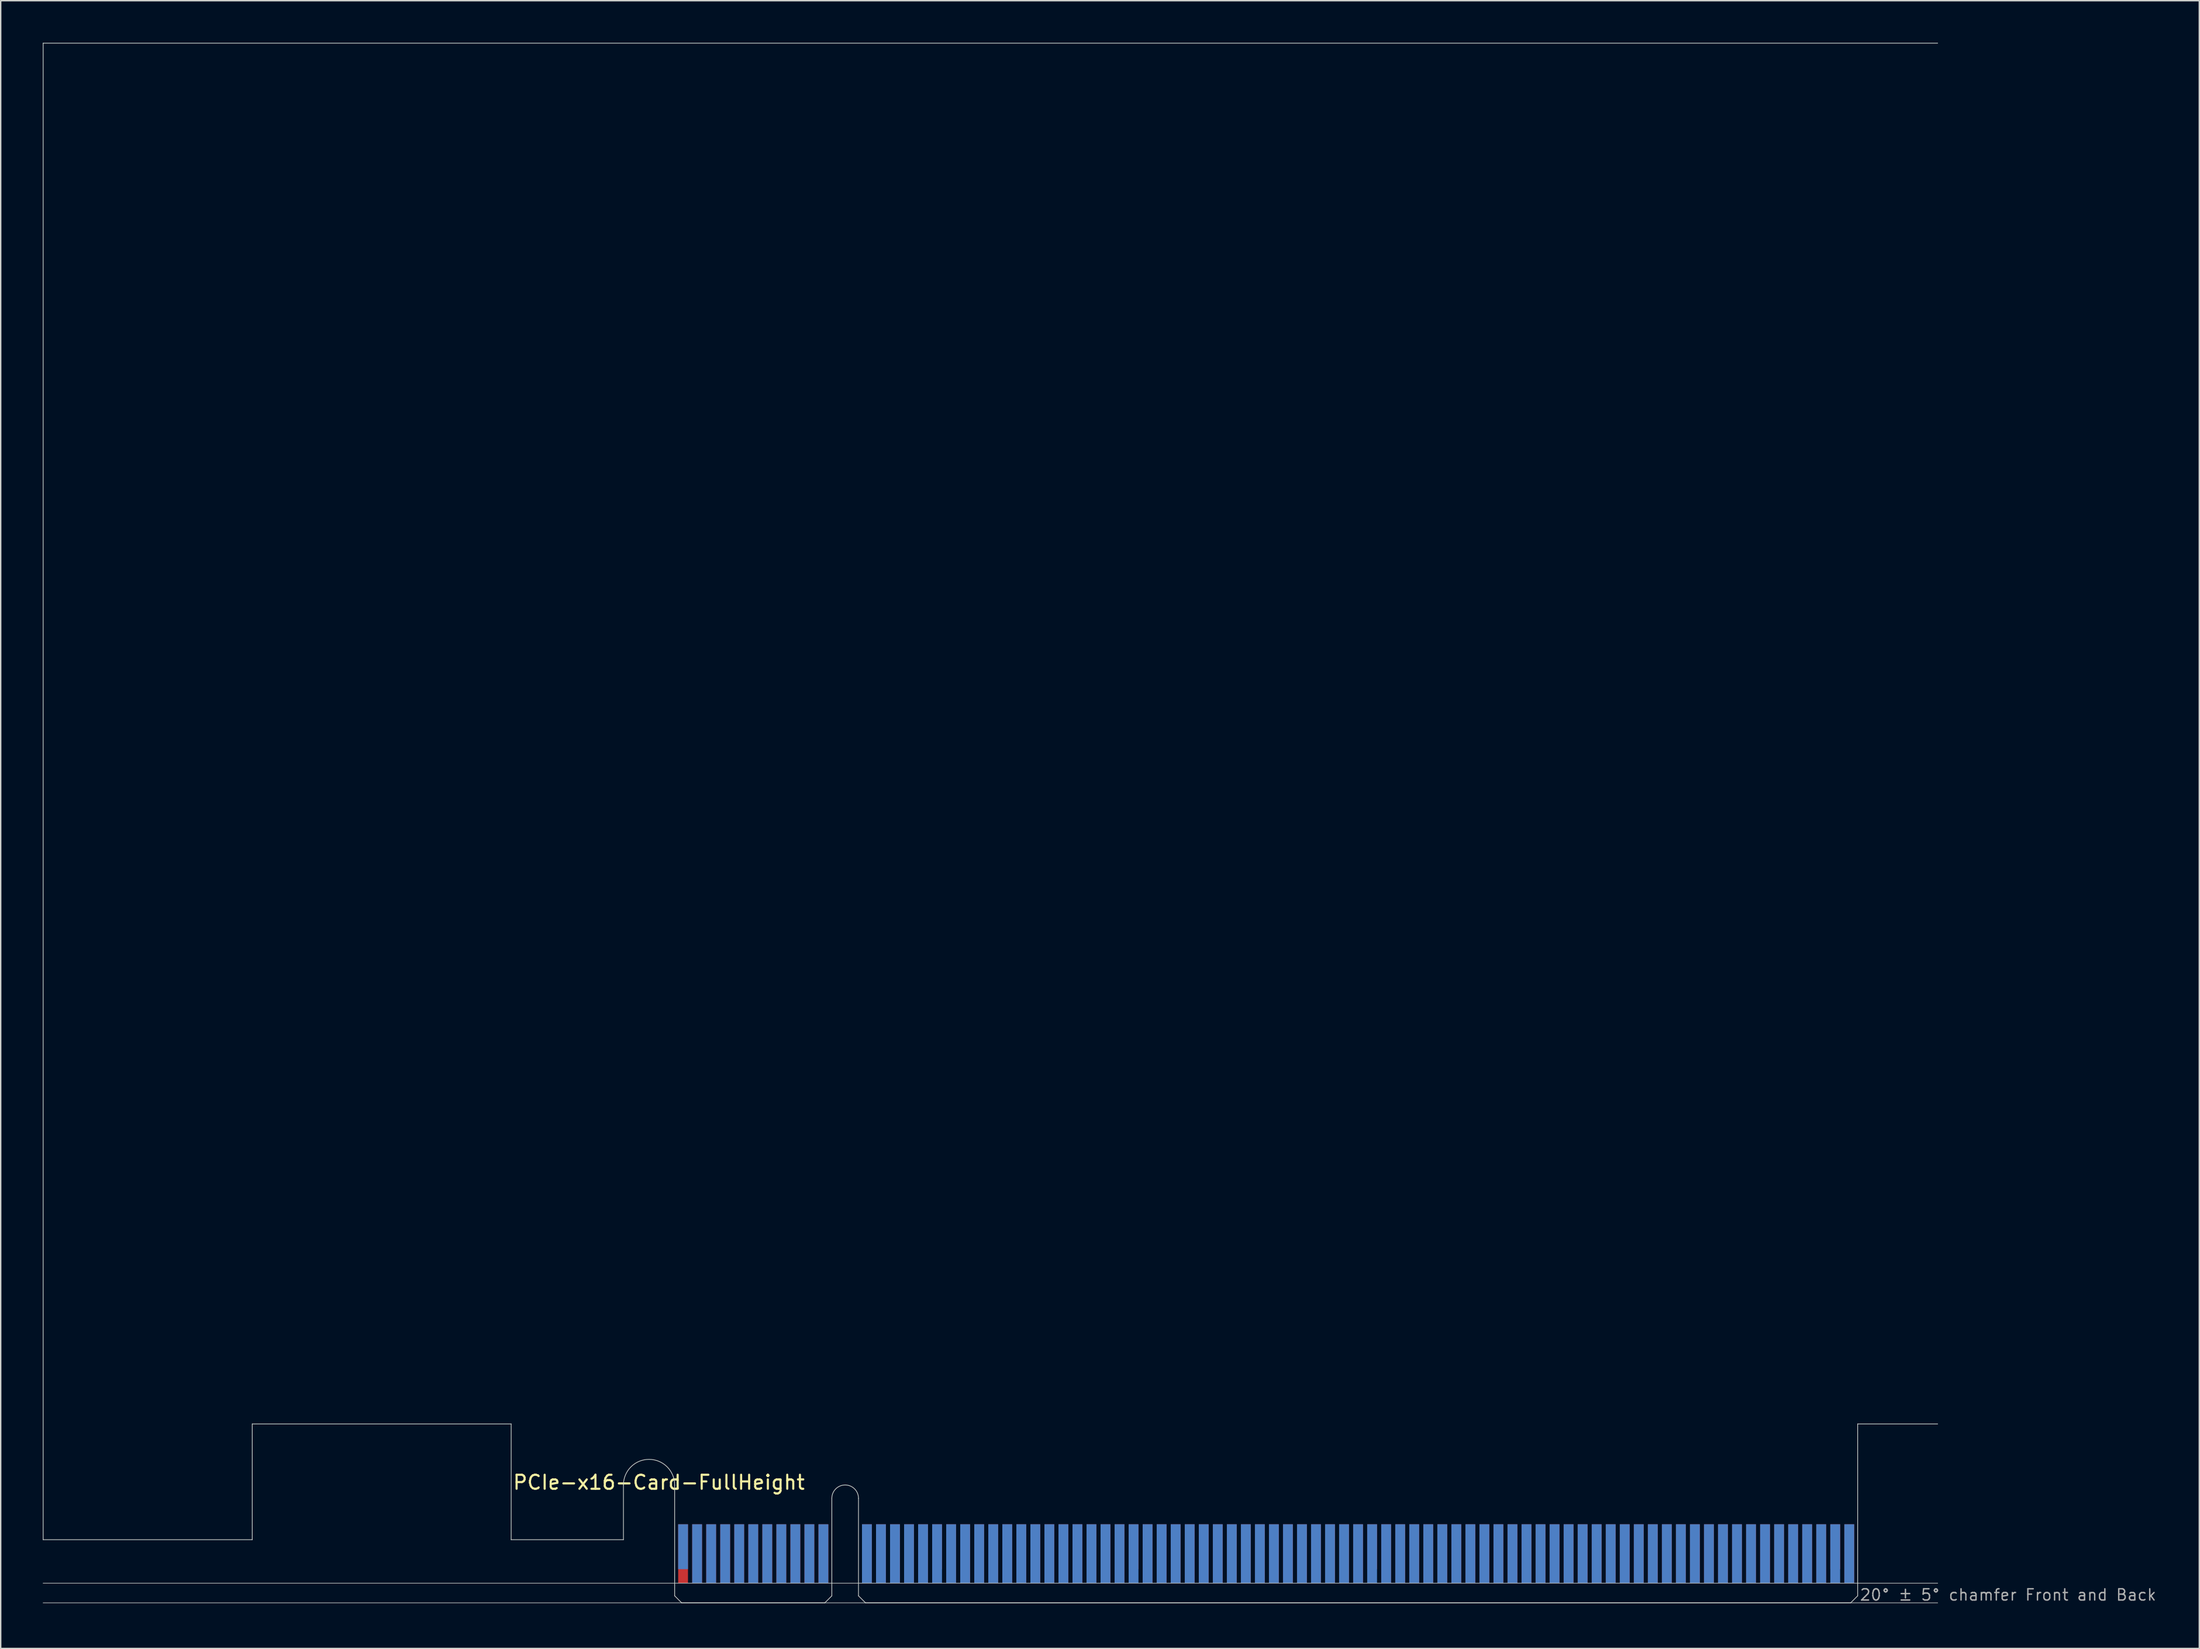
<source format=kicad_pcb>
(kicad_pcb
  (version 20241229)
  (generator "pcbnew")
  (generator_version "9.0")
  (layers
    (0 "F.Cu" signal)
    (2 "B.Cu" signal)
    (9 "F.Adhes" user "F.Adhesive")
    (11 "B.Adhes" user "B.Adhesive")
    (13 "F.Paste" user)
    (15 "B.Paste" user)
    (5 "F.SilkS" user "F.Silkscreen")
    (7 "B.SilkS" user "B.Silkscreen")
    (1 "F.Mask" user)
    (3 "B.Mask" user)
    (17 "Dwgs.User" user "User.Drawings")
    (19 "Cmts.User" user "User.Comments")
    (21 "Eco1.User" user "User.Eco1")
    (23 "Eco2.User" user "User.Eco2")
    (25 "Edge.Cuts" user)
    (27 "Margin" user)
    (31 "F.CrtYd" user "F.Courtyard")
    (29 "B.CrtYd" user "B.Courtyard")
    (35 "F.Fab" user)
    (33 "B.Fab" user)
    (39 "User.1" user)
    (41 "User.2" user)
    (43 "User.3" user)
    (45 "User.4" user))
  (footprint "PCIe-x16-Card-FullHeight"
    (layer "F.Cu")
    (at 45.025 111.175)
    (property "Reference" "PCIe-x16-Card-FullHeight" (at -11.6 -8 0) (layer "F.SilkS") (effects (font (size 1 1) (thickness 0.15)) (justify left bottom)))
    (attr exclude_from_pos_files exclude_from_bom)
    (fp_poly (pts (xy -3.65 -4.5) (xy -11.65 -4.5) (xy -11.65 -7.95) (xy -3.65 -7.95)) (stroke (width 0.1) (type solid)) (fill yes) (layer "F.Mask"))
    (fp_poly (pts (xy 11.2 -5.45) (xy 0 -5.45) (xy 0 0) (xy 11.2 0)) (stroke (width 0.1) (type solid)) (fill yes) (layer "F.Mask"))
    (fp_poly (pts (xy 84.3 -5.45) (xy 13.1 -5.45) (xy 13.1 0) (xy 84.3 0)) (stroke (width 0.1) (type solid)) (fill yes) (layer "F.Mask"))
    (fp_poly (pts (xy -3.65 -7.95) (xy -11.65 -7.95) (xy -11.65 -4.5) (xy -3.65 -4.5)) (stroke (width 0.1) (type solid)) (fill yes) (layer "B.Mask"))
    (fp_poly (pts (xy 11.2 0) (xy 0 0) (xy 0 -5.45) (xy 11.2 -5.45)) (stroke (width 0.1) (type solid)) (fill yes) (layer "B.Mask"))
    (fp_poly (pts (xy 84.3 -5.45) (xy 13.1 -5.45) (xy 13.1 0) (xy 84.3 0)) (stroke (width 0.1) (type solid)) (fill yes) (layer "B.Mask"))
    (fp_line (start -45 -111.15) (end 90 -111.15) (stroke (width 0.05) (type solid)) (layer "Edge.Cuts"))
    (fp_line (start -45 -4.5) (end -45 -111.15) (stroke (width 0.05) (type solid)) (layer "Edge.Cuts"))
    (fp_line (start -30.1 -12.75) (end -30.1 -4.5) (stroke (width 0.05) (type solid)) (layer "Edge.Cuts"))
    (fp_line (start -30.1 -4.5) (end -45 -4.5) (stroke (width 0.05) (type solid)) (layer "Edge.Cuts"))
    (fp_line (start -11.65 -12.75) (end -30.1 -12.75) (stroke (width 0.05) (type solid)) (layer "Edge.Cuts"))
    (fp_line (start -11.65 -4.5) (end -11.65 -12.75) (stroke (width 0.05) (type solid)) (layer "Edge.Cuts"))
    (fp_line (start -3.65 -4.5) (end -11.65 -4.5) (stroke (width 0.05) (type solid)) (layer "Edge.Cuts"))
    (fp_line (start -3.65 -4.5) (end -3.65 -8.4) (stroke (width 0.05) (type solid)) (layer "Edge.Cuts"))
    (fp_line (start 0 -0.5) (end 0 -8.4) (stroke (width 0.05) (type solid)) (layer "Edge.Cuts"))
    (fp_line (start 0.5 0) (end 0 -0.5) (stroke (width 0.05) (type solid)) (layer "Edge.Cuts"))
    (fp_line (start 0.5 0) (end 10.7 0) (stroke (width 0.05) (type solid)) (layer "Edge.Cuts"))
    (fp_line (start 10.7 0) (end 11.2 -0.5) (stroke (width 0.05) (type solid)) (layer "Edge.Cuts"))
    (fp_line (start 11.2 -0.5) (end 11.2 -7.45) (stroke (width 0.05) (type solid)) (layer "Edge.Cuts"))
    (fp_line (start 13.1 -0.5) (end 13.1 -7.45) (stroke (width 0.05) (type solid)) (layer "Edge.Cuts"))
    (fp_line (start 13.6 0) (end 13.1 -0.5) (stroke (width 0.05) (type solid)) (layer "Edge.Cuts"))
    (fp_line (start 83.8 0) (end 13.6 0) (stroke (width 0.05) (type solid)) (layer "Edge.Cuts"))
    (fp_line (start 83.8 0) (end 84.3 -0.5) (stroke (width 0.05) (type solid)) (layer "Edge.Cuts"))
    (fp_line (start 84.3 -12.75) (end 90 -12.75) (stroke (width 0.05) (type solid)) (layer "Edge.Cuts"))
    (fp_line (start 84.3 -0.5) (end 84.3 -12.75) (stroke (width 0.05) (type solid)) (layer "Edge.Cuts"))
    (fp_arc (start -3.65 -8.4) (mid -1.825 -10.225) (end 0 -8.4) (stroke (width 0.05) (type solid)) (layer "Edge.Cuts"))
    (fp_arc (start 11.2 -7.45) (mid 12.15 -8.4) (end 13.1 -7.45) (stroke (width 0.05) (type solid)) (layer "Edge.Cuts"))
    (fp_line (start -45 -1.4) (end 90 -1.4) (stroke (width 0.05) (type solid)) (layer "F.Fab"))
    (fp_line (start -45 0) (end 90 0) (stroke (width 0.05) (type solid)) (layer "F.Fab"))
    (fp_text user "20° ± 5° chamfer Front and Back" (at 84.4 -0.1 0) (layer "F.Fab") (effects (font (size 0.8 0.8) (thickness 0.1)) (justify left bottom)))
    (pad "A1" smd rect (at 0.6 -4) (size 0.7 3.2) (layers "B.Cu"))
    (pad "A2" smd rect (at 1.6 -3.5) (size 0.7 4.2) (layers "B.Cu"))
    (pad "A3" smd rect (at 2.6 -3.5) (size 0.7 4.2) (layers "B.Cu"))
    (pad "A4" smd rect (at 3.6 -3.5) (size 0.7 4.2) (layers "B.Cu"))
    (pad "A5" smd rect (at 4.6 -3.5) (size 0.7 4.2) (layers "B.Cu"))
    (pad "A6" smd rect (at 5.6 -3.5) (size 0.7 4.2) (layers "B.Cu"))
    (pad "A7" smd rect (at 6.6 -3.5) (size 0.7 4.2) (layers "B.Cu"))
    (pad "A8" smd rect (at 7.6 -3.5) (size 0.7 4.2) (layers "B.Cu"))
    (pad "A9" smd rect (at 8.6 -3.5) (size 0.7 4.2) (layers "B.Cu"))
    (pad "A10" smd rect (at 9.6 -3.5) (size 0.7 4.2) (layers "B.Cu"))
    (pad "A11" smd rect (at 10.6 -3.5) (size 0.7 4.2) (layers "B.Cu"))
    (pad "A12" smd rect (at 13.7 -3.5) (size 0.7 4.2) (layers "B.Cu"))
    (pad "A13" smd rect (at 14.7 -3.5) (size 0.7 4.2) (layers "B.Cu"))
    (pad "A14" smd rect (at 15.7 -3.5) (size 0.7 4.2) (layers "B.Cu"))
    (pad "A15" smd rect (at 16.7 -3.5) (size 0.7 4.2) (layers "B.Cu"))
    (pad "A16" smd rect (at 17.7 -3.5) (size 0.7 4.2) (layers "B.Cu"))
    (pad "A17" smd rect (at 18.7 -3.5) (size 0.7 4.2) (layers "B.Cu"))
    (pad "A18" smd rect (at 19.7 -3.5) (size 0.7 4.2) (layers "B.Cu"))
    (pad "A19" smd rect (at 20.7 -3.5) (size 0.7 4.2) (layers "B.Cu"))
    (pad "A20" smd rect (at 21.7 -3.5) (size 0.7 4.2) (layers "B.Cu"))
    (pad "A21" smd rect (at 22.7 -3.5) (size 0.7 4.2) (layers "B.Cu"))
    (pad "A22" smd rect (at 23.7 -3.5) (size 0.7 4.2) (layers "B.Cu"))
    (pad "A23" smd rect (at 24.7 -3.5) (size 0.7 4.2) (layers "B.Cu"))
    (pad "A24" smd rect (at 25.7 -3.5) (size 0.7 4.2) (layers "B.Cu"))
    (pad "A25" smd rect (at 26.7 -3.5) (size 0.7 4.2) (layers "B.Cu"))
    (pad "A26" smd rect (at 27.7 -3.5) (size 0.7 4.2) (layers "B.Cu"))
    (pad "A27" smd rect (at 28.7 -3.5) (size 0.7 4.2) (layers "B.Cu"))
    (pad "A28" smd rect (at 29.7 -3.5) (size 0.7 4.2) (layers "B.Cu"))
    (pad "A29" smd rect (at 30.7 -3.5) (size 0.7 4.2) (layers "B.Cu"))
    (pad "A30" smd rect (at 31.7 -3.5) (size 0.7 4.2) (layers "B.Cu"))
    (pad "A31" smd rect (at 32.7 -3.5) (size 0.7 4.2) (layers "B.Cu"))
    (pad "A32" smd rect (at 33.7 -3.5) (size 0.7 4.2) (layers "B.Cu"))
    (pad "A33" smd rect (at 34.7 -3.5) (size 0.7 4.2) (layers "B.Cu"))
    (pad "A34" smd rect (at 35.7 -3.5) (size 0.7 4.2) (layers "B.Cu"))
    (pad "A35" smd rect (at 36.7 -3.5) (size 0.7 4.2) (layers "B.Cu"))
    (pad "A36" smd rect (at 37.7 -3.5) (size 0.7 4.2) (layers "B.Cu"))
    (pad "A37" smd rect (at 38.7 -3.5) (size 0.7 4.2) (layers "B.Cu"))
    (pad "A38" smd rect (at 39.7 -3.5) (size 0.7 4.2) (layers "B.Cu"))
    (pad "A39" smd rect (at 40.7 -3.5) (size 0.7 4.2) (layers "B.Cu"))
    (pad "A40" smd rect (at 41.7 -3.5) (size 0.7 4.2) (layers "B.Cu"))
    (pad "A41" smd rect (at 42.7 -3.5) (size 0.7 4.2) (layers "B.Cu"))
    (pad "A42" smd rect (at 43.7 -3.5) (size 0.7 4.2) (layers "B.Cu"))
    (pad "A43" smd rect (at 44.7 -3.5) (size 0.7 4.2) (layers "B.Cu"))
    (pad "A44" smd rect (at 45.7 -3.5) (size 0.7 4.2) (layers "B.Cu"))
    (pad "A45" smd rect (at 46.7 -3.5) (size 0.7 4.2) (layers "B.Cu"))
    (pad "A46" smd rect (at 47.7 -3.5) (size 0.7 4.2) (layers "B.Cu"))
    (pad "A47" smd rect (at 48.7 -3.5) (size 0.7 4.2) (layers "B.Cu"))
    (pad "A48" smd rect (at 49.7 -3.5) (size 0.7 4.2) (layers "B.Cu"))
    (pad "A49" smd rect (at 50.7 -3.5) (size 0.7 4.2) (layers "B.Cu"))
    (pad "A50" smd rect (at 51.7 -3.5) (size 0.7 4.2) (layers "B.Cu"))
    (pad "A51" smd rect (at 52.7 -3.5) (size 0.7 4.2) (layers "B.Cu"))
    (pad "A52" smd rect (at 53.7 -3.5) (size 0.7 4.2) (layers "B.Cu"))
    (pad "A53" smd rect (at 54.7 -3.5) (size 0.7 4.2) (layers "B.Cu"))
    (pad "A54" smd rect (at 55.7 -3.5) (size 0.7 4.2) (layers "B.Cu"))
    (pad "A55" smd rect (at 56.7 -3.5) (size 0.7 4.2) (layers "B.Cu"))
    (pad "A56" smd rect (at 57.7 -3.5) (size 0.7 4.2) (layers "B.Cu"))
    (pad "A57" smd rect (at 58.7 -3.5) (size 0.7 4.2) (layers "B.Cu"))
    (pad "A58" smd rect (at 59.7 -3.5) (size 0.7 4.2) (layers "B.Cu"))
    (pad "A59" smd rect (at 60.7 -3.5) (size 0.7 4.2) (layers "B.Cu"))
    (pad "A60" smd rect (at 61.7 -3.5) (size 0.7 4.2) (layers "B.Cu"))
    (pad "A61" smd rect (at 62.7 -3.5) (size 0.7 4.2) (layers "B.Cu"))
    (pad "A62" smd rect (at 63.7 -3.5) (size 0.7 4.2) (layers "B.Cu"))
    (pad "A63" smd rect (at 64.7 -3.5) (size 0.7 4.2) (layers "B.Cu"))
    (pad "A64" smd rect (at 65.7 -3.5) (size 0.7 4.2) (layers "B.Cu"))
    (pad "A65" smd rect (at 66.7 -3.5) (size 0.7 4.2) (layers "B.Cu"))
    (pad "A66" smd rect (at 67.7 -3.5) (size 0.7 4.2) (layers "B.Cu"))
    (pad "A67" smd rect (at 68.7 -3.5) (size 0.7 4.2) (layers "B.Cu"))
    (pad "A68" smd rect (at 69.7 -3.5) (size 0.7 4.2) (layers "B.Cu"))
    (pad "A69" smd rect (at 70.7 -3.5) (size 0.7 4.2) (layers "B.Cu"))
    (pad "A70" smd rect (at 71.7 -3.5) (size 0.7 4.2) (layers "B.Cu"))
    (pad "A71" smd rect (at 72.7 -3.5) (size 0.7 4.2) (layers "B.Cu"))
    (pad "A72" smd rect (at 73.7 -3.5) (size 0.7 4.2) (layers "B.Cu"))
    (pad "A73" smd rect (at 74.7 -3.5) (size 0.7 4.2) (layers "B.Cu"))
    (pad "A74" smd rect (at 75.7 -3.5) (size 0.7 4.2) (layers "B.Cu"))
    (pad "A75" smd rect (at 76.7 -3.5) (size 0.7 4.2) (layers "B.Cu"))
    (pad "A76" smd rect (at 77.7 -3.5) (size 0.7 4.2) (layers "B.Cu"))
    (pad "A77" smd rect (at 78.7 -3.5) (size 0.7 4.2) (layers "B.Cu"))
    (pad "A78" smd rect (at 79.7 -3.5) (size 0.7 4.2) (layers "B.Cu"))
    (pad "A79" smd rect (at 80.7 -3.5) (size 0.7 4.2) (layers "B.Cu"))
    (pad "A80" smd rect (at 81.7 -3.5) (size 0.7 4.2) (layers "B.Cu"))
    (pad "A81" smd rect (at 82.7 -3.5) (size 0.7 4.2) (layers "B.Cu"))
    (pad "A82" smd rect (at 83.7 -3.5) (size 0.7 4.2) (layers "B.Cu"))
    (pad "B1" smd rect (at 0.6 -3.5) (size 0.7 4.2) (layers "F.Cu"))
    (pad "B2" smd rect (at 1.6 -3.5) (size 0.7 4.2) (layers "F.Cu"))
    (pad "B3" smd rect (at 2.6 -3.5) (size 0.7 4.2) (layers "F.Cu"))
    (pad "B4" smd rect (at 3.6 -3.5) (size 0.7 4.2) (layers "F.Cu"))
    (pad "B5" smd rect (at 4.6 -3.5) (size 0.7 4.2) (layers "F.Cu"))
    (pad "B6" smd rect (at 5.6 -3.5) (size 0.7 4.2) (layers "F.Cu"))
    (pad "B7" smd rect (at 6.6 -3.5) (size 0.7 4.2) (layers "F.Cu"))
    (pad "B8" smd rect (at 7.6 -3.5) (size 0.7 4.2) (layers "F.Cu"))
    (pad "B9" smd rect (at 8.6 -3.5) (size 0.7 4.2) (layers "F.Cu"))
    (pad "B10" smd rect (at 9.6 -3.5) (size 0.7 4.2) (layers "F.Cu"))
    (pad "B11" smd rect (at 10.6 -3.5) (size 0.7 4.2) (layers "F.Cu"))
    (pad "B12" smd rect (at 13.7 -3.5) (size 0.7 4.2) (layers "F.Cu"))
    (pad "B13" smd rect (at 14.7 -3.5) (size 0.7 4.2) (layers "F.Cu"))
    (pad "B14" smd rect (at 15.7 -3.5) (size 0.7 4.2) (layers "F.Cu"))
    (pad "B15" smd rect (at 16.7 -3.5) (size 0.7 4.2) (layers "F.Cu"))
    (pad "B16" smd rect (at 17.7 -3.5) (size 0.7 4.2) (layers "F.Cu"))
    (pad "B17" smd rect (at 18.7 -4) (size 0.7 3.2) (layers "F.Cu"))
    (pad "B18" smd rect (at 19.7 -3.5) (size 0.7 4.2) (layers "F.Cu"))
    (pad "B19" smd rect (at 20.7 -3.5) (size 0.7 4.2) (layers "F.Cu"))
    (pad "B20" smd rect (at 21.7 -3.5) (size 0.7 4.2) (layers "F.Cu"))
    (pad "B21" smd rect (at 22.7 -3.5) (size 0.7 4.2) (layers "F.Cu"))
    (pad "B22" smd rect (at 23.7 -3.5) (size 0.7 4.2) (layers "F.Cu"))
    (pad "B23" smd rect (at 24.7 -3.5) (size 0.7 4.2) (layers "F.Cu"))
    (pad "B24" smd rect (at 25.7 -3.5) (size 0.7 4.2) (layers "F.Cu"))
    (pad "B25" smd rect (at 26.7 -3.5) (size 0.7 4.2) (layers "F.Cu"))
    (pad "B26" smd rect (at 27.7 -3.5) (size 0.7 4.2) (layers "F.Cu"))
    (pad "B27" smd rect (at 28.7 -3.5) (size 0.7 4.2) (layers "F.Cu"))
    (pad "B28" smd rect (at 29.7 -3.5) (size 0.7 4.2) (layers "F.Cu"))
    (pad "B29" smd rect (at 30.7 -3.5) (size 0.7 4.2) (layers "F.Cu"))
    (pad "B30" smd rect (at 31.7 -3.5) (size 0.7 4.2) (layers "F.Cu"))
    (pad "B31" smd rect (at 32.7 -4) (size 0.7 3.2) (layers "F.Cu"))
    (pad "B32" smd rect (at 33.7 -3.5) (size 0.7 4.2) (layers "F.Cu"))
    (pad "B33" smd rect (at 34.7 -3.5) (size 0.7 4.2) (layers "F.Cu"))
    (pad "B34" smd rect (at 35.7 -3.5) (size 0.7 4.2) (layers "F.Cu"))
    (pad "B35" smd rect (at 36.7 -3.5) (size 0.7 4.2) (layers "F.Cu"))
    (pad "B36" smd rect (at 37.7 -3.5) (size 0.7 4.2) (layers "F.Cu"))
    (pad "B37" smd rect (at 38.7 -3.5) (size 0.7 4.2) (layers "F.Cu"))
    (pad "B38" smd rect (at 39.7 -3.5) (size 0.7 4.2) (layers "F.Cu"))
    (pad "B39" smd rect (at 40.7 -3.5) (size 0.7 4.2) (layers "F.Cu"))
    (pad "B40" smd rect (at 41.7 -3.5) (size 0.7 4.2) (layers "F.Cu"))
    (pad "B41" smd rect (at 42.7 -3.5) (size 0.7 4.2) (layers "F.Cu"))
    (pad "B42" smd rect (at 43.7 -3.5) (size 0.7 4.2) (layers "F.Cu"))
    (pad "B43" smd rect (at 44.7 -3.5) (size 0.7 4.2) (layers "F.Cu"))
    (pad "B44" smd rect (at 45.7 -3.5) (size 0.7 4.2) (layers "F.Cu"))
    (pad "B45" smd rect (at 46.7 -3.5) (size 0.7 4.2) (layers "F.Cu"))
    (pad "B46" smd rect (at 47.7 -3.5) (size 0.7 4.2) (layers "F.Cu"))
    (pad "B47" smd rect (at 48.7 -3.5) (size 0.7 4.2) (layers "F.Cu"))
    (pad "B48" smd rect (at 49.7 -4) (size 0.7 3.2) (layers "F.Cu"))
    (pad "B49" smd rect (at 50.7 -3.5) (size 0.7 4.2) (layers "F.Cu"))
    (pad "B50" smd rect (at 51.7 -3.5) (size 0.7 4.2) (layers "F.Cu"))
    (pad "B51" smd rect (at 52.7 -3.5) (size 0.7 4.2) (layers "F.Cu"))
    (pad "B52" smd rect (at 53.7 -3.5) (size 0.7 4.2) (layers "F.Cu"))
    (pad "B53" smd rect (at 54.7 -3.5) (size 0.7 4.2) (layers "F.Cu"))
    (pad "B54" smd rect (at 55.7 -3.5) (size 0.7 4.2) (layers "F.Cu"))
    (pad "B55" smd rect (at 56.7 -3.5) (size 0.7 4.2) (layers "F.Cu"))
    (pad "B56" smd rect (at 57.7 -3.5) (size 0.7 4.2) (layers "F.Cu"))
    (pad "B57" smd rect (at 58.7 -3.5) (size 0.7 4.2) (layers "F.Cu"))
    (pad "B58" smd rect (at 59.7 -3.5) (size 0.7 4.2) (layers "F.Cu"))
    (pad "B59" smd rect (at 60.7 -3.5) (size 0.7 4.2) (layers "F.Cu"))
    (pad "B60" smd rect (at 61.7 -3.5) (size 0.7 4.2) (layers "F.Cu"))
    (pad "B61" smd rect (at 62.7 -3.5) (size 0.7 4.2) (layers "F.Cu"))
    (pad "B62" smd rect (at 63.7 -3.5) (size 0.7 4.2) (layers "F.Cu"))
    (pad "B63" smd rect (at 64.7 -3.5) (size 0.7 4.2) (layers "F.Cu"))
    (pad "B64" smd rect (at 65.7 -3.5) (size 0.7 4.2) (layers "F.Cu"))
    (pad "B65" smd rect (at 66.7 -3.5) (size 0.7 4.2) (layers "F.Cu"))
    (pad "B66" smd rect (at 67.7 -3.5) (size 0.7 4.2) (layers "F.Cu"))
    (pad "B67" smd rect (at 68.7 -3.5) (size 0.7 4.2) (layers "F.Cu"))
    (pad "B68" smd rect (at 69.7 -3.5) (size 0.7 4.2) (layers "F.Cu"))
    (pad "B69" smd rect (at 70.7 -3.5) (size 0.7 4.2) (layers "F.Cu"))
    (pad "B70" smd rect (at 71.7 -3.5) (size 0.7 4.2) (layers "F.Cu"))
    (pad "B71" smd rect (at 72.7 -3.5) (size 0.7 4.2) (layers "F.Cu"))
    (pad "B72" smd rect (at 73.7 -3.5) (size 0.7 4.2) (layers "F.Cu"))
    (pad "B73" smd rect (at 74.7 -3.5) (size 0.7 4.2) (layers "F.Cu"))
    (pad "B74" smd rect (at 75.7 -3.5) (size 0.7 4.2) (layers "F.Cu"))
    (pad "B75" smd rect (at 76.7 -3.5) (size 0.7 4.2) (layers "F.Cu"))
    (pad "B76" smd rect (at 77.7 -3.5) (size 0.7 4.2) (layers "F.Cu"))
    (pad "B77" smd rect (at 78.7 -3.5) (size 0.7 4.2) (layers "F.Cu"))
    (pad "B78" smd rect (at 79.7 -3.5) (size 0.7 4.2) (layers "F.Cu"))
    (pad "B79" smd rect (at 80.7 -3.5) (size 0.7 4.2) (layers "F.Cu"))
    (pad "B80" smd rect (at 81.7 -3.5) (size 0.7 4.2) (layers "F.Cu"))
    (pad "B81" smd rect (at 82.7 -4) (size 0.7 3.2) (layers "F.Cu"))
    (pad "B82" smd rect (at 83.7 -3.5) (size 0.7 4.2) (layers "F.Cu")))
  (gr_rect
    (start -3 -3)
    (end 153.67 114.425)
    (stroke (width 0.1) (type default))
    (fill no)
    (layer "Edge.Cuts")))
</source>
